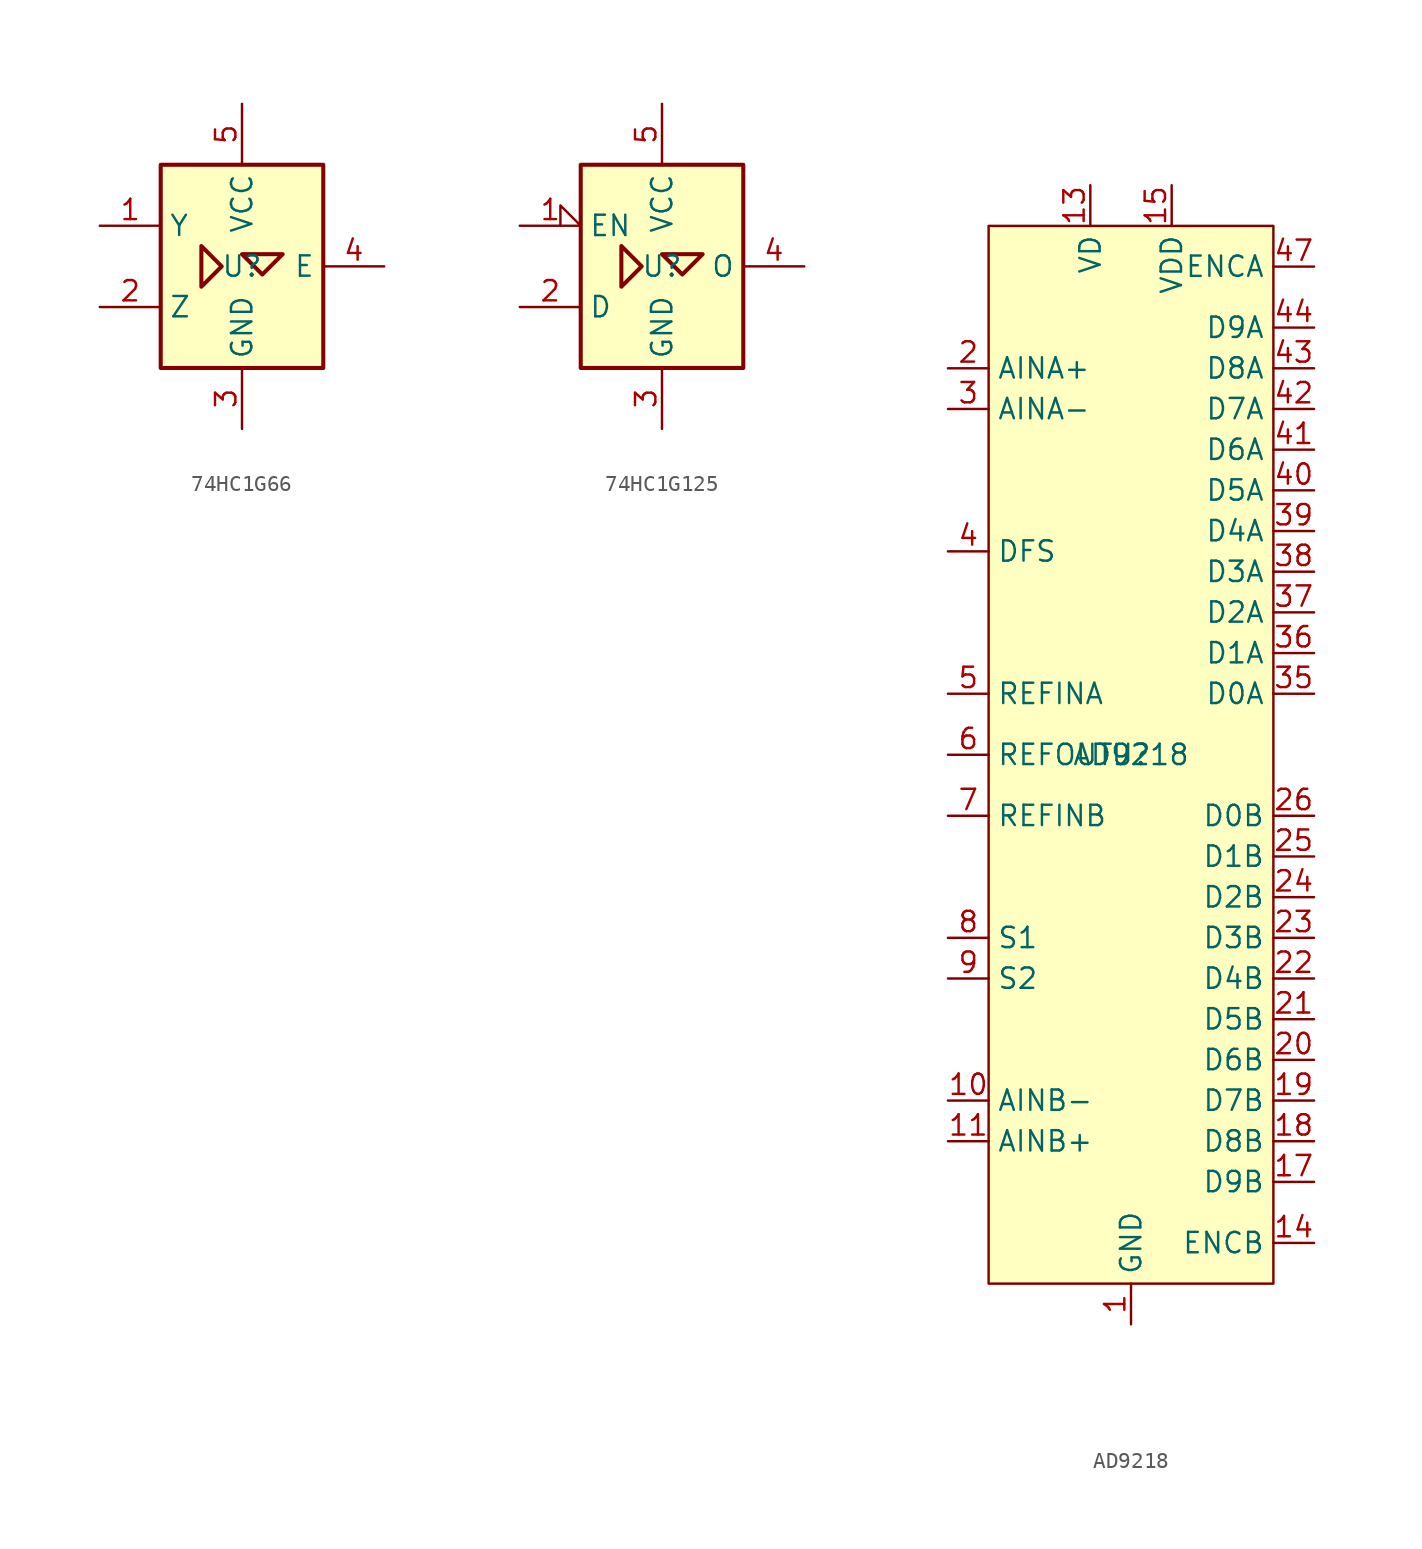
<source format=kicad_sym>
(kicad_symbol_lib
  (version 20220914)
  (generator kicad_symbol_editor)
  (symbol "74HC1G66"
    (property "Reference" "U"
      (at 0 0 0)
      (effects (font (size 1.27 1.27))))
    (property "Value" ""
      (at 0 0 0)
      (effects (font (size 1.27 1.27))))
    (symbol "74HC1G66_0_1"
      (rectangle (start -5.08 6.35) (end 5.08 -6.35) (stroke (width 0.254) (type default)) (fill (type background)))
      (polyline (pts (xy -2.54 1.27) (xy -2.54 -1.27) (xy -1.27 0) (xy -2.54 1.27) (xy -2.54 1.27)) (stroke (width 0.254) (type default)) (fill (type background)))
      (polyline (pts (xy 0 0.762) (xy 2.54 0.762) (xy 1.27 -0.508) (xy 0 0.762) (xy 0 0.762)) (stroke (width 0.254) (type default)) (fill (type background))))
    (symbol "74HC1G66_1_0"
      (pin bidirectional line (at -8.89 2.54 0) (length 3.81) (name "Y" (effects (font (size 1.27 1.27)))) (number "1" (effects (font (size 1.27 1.27))))))
    (symbol "74HC1G66_1_1"
      (pin bidirectional line (at -8.89 -2.54 0) (length 3.81) (name "Z" (effects (font (size 1.27 1.27)))) (number "2" (effects (font (size 1.27 1.27)))))
      (pin power_in line (at 0 -10.16 90) (length 3.81) (name "GND" (effects (font (size 1.27 1.27)))) (number "3" (effects (font (size 1.27 1.27)))))
      (pin input line (at 8.89 0 180) (length 3.81) (name "E" (effects (font (size 1.27 1.27)))) (number "4" (effects (font (size 1.27 1.27)))))
      (pin power_in line (at 0 10.16 270) (length 3.81) (name "VCC" (effects (font (size 1.27 1.27)))) (number "5" (effects (font (size 1.27 1.27)))))))
  (symbol "74HC1G125"
    (property "Reference" "U"
      (at 0 0 0)
      (effects (font (size 1.27 1.27))))
    (property "Value" ""
      (at 0 0 0)
      (effects (font (size 1.27 1.27))))
    (symbol "74HC1G125_0_1"
      (rectangle (start -5.08 6.35) (end 5.08 -6.35) (stroke (width 0.254) (type default)) (fill (type background)))
      (polyline (pts (xy -2.54 1.27) (xy -2.54 -1.27) (xy -1.27 0) (xy -2.54 1.27) (xy -2.54 1.27)) (stroke (width 0.254) (type default)) (fill (type background)))
      (polyline (pts (xy 0 0.762) (xy 2.54 0.762) (xy 1.27 -0.508) (xy 0 0.762) (xy 0 0.762)) (stroke (width 0.254) (type default)) (fill (type background))))
    (symbol "74HC1G125_1_0"
      (pin input input_low (at -8.89 2.54 0) (length 3.81) (name "EN" (effects (font (size 1.27 1.27)))) (number "1" (effects (font (size 1.27 1.27))))))
    (symbol "74HC1G125_1_1"
      (pin input line (at -8.89 -2.54 0) (length 3.81) (name "D" (effects (font (size 1.27 1.27)))) (number "2" (effects (font (size 1.27 1.27)))))
      (pin power_in line (at 0 -10.16 90) (length 3.81) (name "GND" (effects (font (size 1.27 1.27)))) (number "3" (effects (font (size 1.27 1.27)))))
      (pin tri_state line (at 8.89 0 180) (length 3.81) (name "O" (effects (font (size 1.27 1.27)))) (number "4" (effects (font (size 1.27 1.27)))))
      (pin power_in line (at 0 10.16 270) (length 3.81) (name "VCC" (effects (font (size 1.27 1.27)))) (number "5" (effects (font (size 1.27 1.27)))))))
  (symbol "AD9218"
    (property "Reference" "U"
      (at 0 0 0)
      (effects (font (size 1.27 1.27))))
    (property "Value" "AD9218"
      (at 0 0 0)
      (effects (font (size 1.27 1.27))))
    (symbol "AD9218_1_1"
      (rectangle (start -8.89 33.02) (end 8.89 -33.02) (stroke (width 0) (type default)) (fill (type background)))
      (pin power_in line (at 0 -35.56 90) (length 2.54) (name "GND" (effects (font (size 1.27 1.27)))) (number "1" (effects (font (size 1.27 1.27)))))
      (pin input line (at -11.43 -21.59 0) (length 2.54) (name "AINB-" (effects (font (size 1.27 1.27)))) (number "10" (effects (font (size 1.27 1.27)))))
      (pin input line (at -11.43 -24.13 0) (length 2.54) (name "AINB+" (effects (font (size 1.27 1.27)))) (number "11" (effects (font (size 1.27 1.27)))))
      (pin power_in line (at 0 -35.56 90) (length 2.54) hide (name "GND" (effects (font (size 1.27 1.27)))) (number "12" (effects (font (size 1.27 1.27)))))
      (pin power_in line (at -2.54 35.56 270) (length 2.54) (name "VD" (effects (font (size 1.27 1.27)))) (number "13" (effects (font (size 1.27 1.27)))))
      (pin input line (at 11.43 -30.48 180) (length 2.54) (name "ENCB" (effects (font (size 1.27 1.27)))) (number "14" (effects (font (size 1.27 1.27)))))
      (pin power_in line (at 2.54 35.56 270) (length 2.54) (name "VDD" (effects (font (size 1.27 1.27)))) (number "15" (effects (font (size 1.27 1.27)))))
      (pin power_in line (at 0 -35.56 90) (length 2.54) hide (name "GND" (effects (font (size 1.27 1.27)))) (number "16" (effects (font (size 1.27 1.27)))))
      (pin output line (at 11.43 -26.67 180) (length 2.54) (name "D9B" (effects (font (size 1.27 1.27)))) (number "17" (effects (font (size 1.27 1.27)))))
      (pin output line (at 11.43 -24.13 180) (length 2.54) (name "D8B" (effects (font (size 1.27 1.27)))) (number "18" (effects (font (size 1.27 1.27)))))
      (pin output line (at 11.43 -21.59 180) (length 2.54) (name "D7B" (effects (font (size 1.27 1.27)))) (number "19" (effects (font (size 1.27 1.27)))))
      (pin input line (at -11.43 24.13 0) (length 2.54) (name "AINA+" (effects (font (size 1.27 1.27)))) (number "2" (effects (font (size 1.27 1.27)))))
      (pin output line (at 11.43 -19.05 180) (length 2.54) (name "D6B" (effects (font (size 1.27 1.27)))) (number "20" (effects (font (size 1.27 1.27)))))
      (pin output line (at 11.43 -16.51 180) (length 2.54) (name "D5B" (effects (font (size 1.27 1.27)))) (number "21" (effects (font (size 1.27 1.27)))))
      (pin output line (at 11.43 -13.97 180) (length 2.54) (name "D4B" (effects (font (size 1.27 1.27)))) (number "22" (effects (font (size 1.27 1.27)))))
      (pin output line (at 11.43 -11.43 180) (length 2.54) (name "D3B" (effects (font (size 1.27 1.27)))) (number "23" (effects (font (size 1.27 1.27)))))
      (pin output line (at 11.43 -8.89 180) (length 2.54) (name "D2B" (effects (font (size 1.27 1.27)))) (number "24" (effects (font (size 1.27 1.27)))))
      (pin output line (at 11.43 -6.35 180) (length 2.54) (name "D1B" (effects (font (size 1.27 1.27)))) (number "25" (effects (font (size 1.27 1.27)))))
      (pin output line (at 11.43 -3.81 180) (length 2.54) (name "D0B" (effects (font (size 1.27 1.27)))) (number "26" (effects (font (size 1.27 1.27)))))
      (pin power_in line (at 0 -35.56 90) (length 2.54) hide (name "GND" (effects (font (size 1.27 1.27)))) (number "27" (effects (font (size 1.27 1.27)))))
      (pin power_in line (at 2.54 35.56 270) (length 2.54) hide (name "VDD" (effects (font (size 1.27 1.27)))) (number "28" (effects (font (size 1.27 1.27)))))
      (pin power_in line (at 0 -35.56 90) (length 2.54) hide (name "GND" (effects (font (size 1.27 1.27)))) (number "29" (effects (font (size 1.27 1.27)))))
      (pin input line (at -11.43 21.59 0) (length 2.54) (name "AINA-" (effects (font (size 1.27 1.27)))) (number "3" (effects (font (size 1.27 1.27)))))
      (pin power_in line (at -2.54 35.56 270) (length 2.54) hide (name "VD" (effects (font (size 1.27 1.27)))) (number "30" (effects (font (size 1.27 1.27)))))
      (pin power_in line (at -2.54 35.56 270) (length 2.54) hide (name "VD" (effects (font (size 1.27 1.27)))) (number "31" (effects (font (size 1.27 1.27)))))
      (pin power_in line (at 0 -35.56 90) (length 2.54) hide (name "GND" (effects (font (size 1.27 1.27)))) (number "32" (effects (font (size 1.27 1.27)))))
      (pin power_in line (at 2.54 35.56 270) (length 2.54) hide (name "VDD" (effects (font (size 1.27 1.27)))) (number "33" (effects (font (size 1.27 1.27)))))
      (pin power_in line (at 0 -35.56 90) (length 2.54) hide (name "GND" (effects (font (size 1.27 1.27)))) (number "34" (effects (font (size 1.27 1.27)))))
      (pin output line (at 11.43 3.81 180) (length 2.54) (name "D0A" (effects (font (size 1.27 1.27)))) (number "35" (effects (font (size 1.27 1.27)))))
      (pin output line (at 11.43 6.35 180) (length 2.54) (name "D1A" (effects (font (size 1.27 1.27)))) (number "36" (effects (font (size 1.27 1.27)))))
      (pin output line (at 11.43 8.89 180) (length 2.54) (name "D2A" (effects (font (size 1.27 1.27)))) (number "37" (effects (font (size 1.27 1.27)))))
      (pin output line (at 11.43 11.43 180) (length 2.54) (name "D3A" (effects (font (size 1.27 1.27)))) (number "38" (effects (font (size 1.27 1.27)))))
      (pin output line (at 11.43 13.97 180) (length 2.54) (name "D4A" (effects (font (size 1.27 1.27)))) (number "39" (effects (font (size 1.27 1.27)))))
      (pin input line (at -11.43 12.7 0) (length 2.54) (name "DFS" (effects (font (size 1.27 1.27)))) (number "4" (effects (font (size 1.27 1.27)))))
      (pin output line (at 11.43 16.51 180) (length 2.54) (name "D5A" (effects (font (size 1.27 1.27)))) (number "40" (effects (font (size 1.27 1.27)))))
      (pin output line (at 11.43 19.05 180) (length 2.54) (name "D6A" (effects (font (size 1.27 1.27)))) (number "41" (effects (font (size 1.27 1.27)))))
      (pin output line (at 11.43 21.59 180) (length 2.54) (name "D7A" (effects (font (size 1.27 1.27)))) (number "42" (effects (font (size 1.27 1.27)))))
      (pin output line (at 11.43 24.13 180) (length 2.54) (name "D8A" (effects (font (size 1.27 1.27)))) (number "43" (effects (font (size 1.27 1.27)))))
      (pin output line (at 11.43 26.67 180) (length 2.54) (name "D9A" (effects (font (size 1.27 1.27)))) (number "44" (effects (font (size 1.27 1.27)))))
      (pin power_in line (at 0 -35.56 90) (length 2.54) hide (name "GND" (effects (font (size 1.27 1.27)))) (number "45" (effects (font (size 1.27 1.27)))))
      (pin power_in line (at 2.54 35.56 270) (length 2.54) hide (name "VDD" (effects (font (size 1.27 1.27)))) (number "46" (effects (font (size 1.27 1.27)))))
      (pin input line (at 11.43 30.48 180) (length 2.54) (name "ENCA" (effects (font (size 1.27 1.27)))) (number "47" (effects (font (size 1.27 1.27)))))
      (pin power_in line (at -2.54 35.56 270) (length 2.54) hide (name "VD" (effects (font (size 1.27 1.27)))) (number "48" (effects (font (size 1.27 1.27)))))
      (pin input line (at -11.43 3.81 0) (length 2.54) (name "REFINA" (effects (font (size 1.27 1.27)))) (number "5" (effects (font (size 1.27 1.27)))))
      (pin output line (at -11.43 0 0) (length 2.54) (name "REFOUT" (effects (font (size 1.27 1.27)))) (number "6" (effects (font (size 1.27 1.27)))))
      (pin input line (at -11.43 -3.81 0) (length 2.54) (name "REFINB" (effects (font (size 1.27 1.27)))) (number "7" (effects (font (size 1.27 1.27)))))
      (pin input line (at -11.43 -11.43 0) (length 2.54) (name "S1" (effects (font (size 1.27 1.27)))) (number "8" (effects (font (size 1.27 1.27)))))
      (pin input line (at -11.43 -13.97 0) (length 2.54) (name "S2" (effects (font (size 1.27 1.27)))) (number "9" (effects (font (size 1.27 1.27))))))))
</source>
